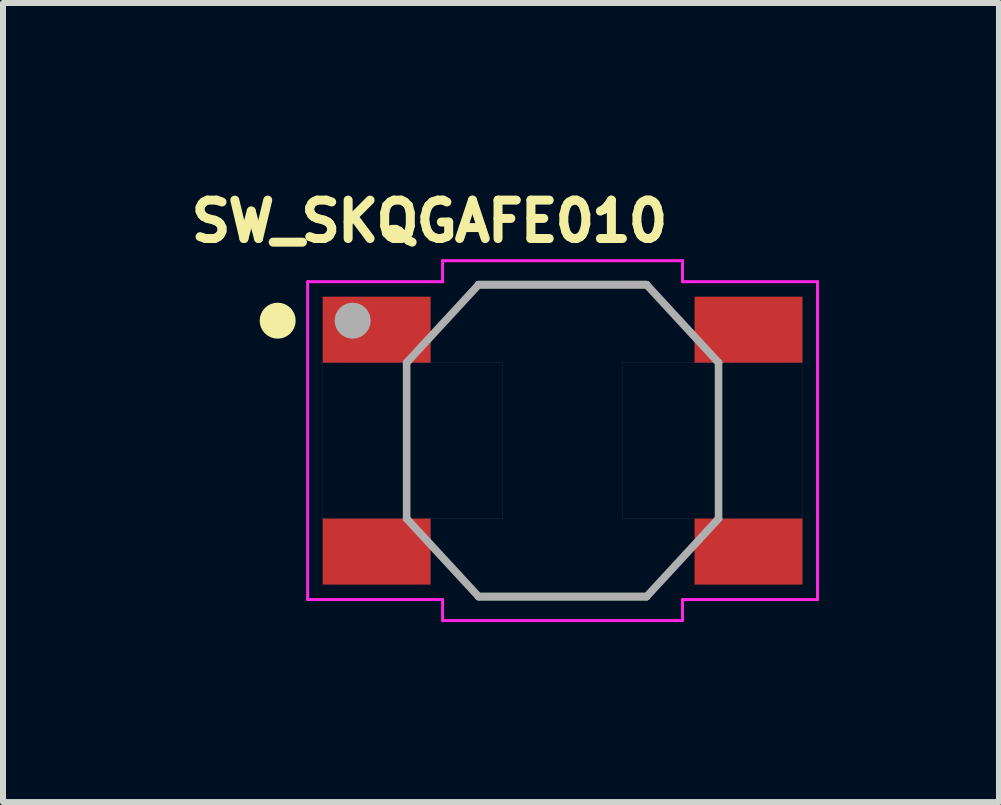
<source format=kicad_pcb>
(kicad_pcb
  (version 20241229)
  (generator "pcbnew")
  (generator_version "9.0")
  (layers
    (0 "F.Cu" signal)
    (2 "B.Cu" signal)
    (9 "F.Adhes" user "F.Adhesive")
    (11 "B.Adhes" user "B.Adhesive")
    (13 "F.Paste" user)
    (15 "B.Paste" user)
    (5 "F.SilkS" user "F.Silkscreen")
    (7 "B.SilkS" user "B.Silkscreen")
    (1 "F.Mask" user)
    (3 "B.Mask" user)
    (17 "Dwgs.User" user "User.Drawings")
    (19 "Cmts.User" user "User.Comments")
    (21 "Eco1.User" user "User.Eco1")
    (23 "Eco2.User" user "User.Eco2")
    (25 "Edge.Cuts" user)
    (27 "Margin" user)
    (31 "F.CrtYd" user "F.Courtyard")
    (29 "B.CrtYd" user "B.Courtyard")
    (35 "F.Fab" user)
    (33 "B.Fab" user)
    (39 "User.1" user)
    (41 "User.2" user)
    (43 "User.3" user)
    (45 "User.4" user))
  (footprint "SW_SKQGAFE010"
    (layer "F.Cu")
    (at 6.329 4.296)
    (property "Reference" "SW_SKQGAFE010" (at -2.219 -3.658 0) (layer "F.SilkS") (effects (font (size 0.64 0.64) (thickness 0.15))))
    (attr smd)
    (fp_line (start -1.4 -2.6) (end 1.4 -2.6) (stroke (width 0.127) (type solid)) (layer "F.SilkS"))
    (fp_line (start -1.4 2.6) (end 1.4 2.6) (stroke (width 0.127) (type solid)) (layer "F.SilkS"))
    (fp_circle (center -4.75 -2) (end -4.6 -2) (stroke (width 0.3) (type solid)) (fill no) (layer "F.SilkS"))
    (fp_poly (pts (xy -4 -1.3) (xy -1 -1.3) (xy -1 1.3) (xy -4 1.3)) (stroke (width 0.001) (type solid)) (fill no) (layer "Dwgs.User"))
    (fp_poly (pts (xy 1 -1.3) (xy 4 -1.3) (xy 4 1.3) (xy 1 1.3)) (stroke (width 0.001) (type solid)) (fill no) (layer "Dwgs.User"))
    (fp_line (start -4.25 -2.65) (end -2 -2.65) (stroke (width 0.05) (type solid)) (layer "F.CrtYd"))
    (fp_line (start -4.25 2.65) (end -4.25 -2.65) (stroke (width 0.05) (type solid)) (layer "F.CrtYd"))
    (fp_line (start -2 -3) (end 2 -3) (stroke (width 0.05) (type solid)) (layer "F.CrtYd"))
    (fp_line (start -2 -2.65) (end -2 -3) (stroke (width 0.05) (type solid)) (layer "F.CrtYd"))
    (fp_line (start -2 2.65) (end -4.25 2.65) (stroke (width 0.05) (type solid)) (layer "F.CrtYd"))
    (fp_line (start -2 3) (end -2 2.65) (stroke (width 0.05) (type solid)) (layer "F.CrtYd"))
    (fp_line (start 2 -3) (end 2 -2.65) (stroke (width 0.05) (type solid)) (layer "F.CrtYd"))
    (fp_line (start 2 -2.65) (end 4.25 -2.65) (stroke (width 0.05) (type solid)) (layer "F.CrtYd"))
    (fp_line (start 2 2.65) (end 2 3) (stroke (width 0.05) (type solid)) (layer "F.CrtYd"))
    (fp_line (start 2 3) (end -2 3) (stroke (width 0.05) (type solid)) (layer "F.CrtYd"))
    (fp_line (start 4.25 -2.65) (end 4.25 2.65) (stroke (width 0.05) (type solid)) (layer "F.CrtYd"))
    (fp_line (start 4.25 2.65) (end 2 2.65) (stroke (width 0.05) (type solid)) (layer "F.CrtYd"))
    (fp_line (start -2.6 -1.3) (end -1.4 -2.6) (stroke (width 0.127) (type solid)) (layer "F.Fab"))
    (fp_line (start -2.6 1.3) (end -2.6 -1.3) (stroke (width 0.127) (type solid)) (layer "F.Fab"))
    (fp_line (start -1.4 -2.6) (end 1.4 -2.6) (stroke (width 0.127) (type solid)) (layer "F.Fab"))
    (fp_line (start -1.4 2.6) (end -2.6 1.3) (stroke (width 0.127) (type solid)) (layer "F.Fab"))
    (fp_line (start 1.4 -2.6) (end 2.6 -1.3) (stroke (width 0.127) (type solid)) (layer "F.Fab"))
    (fp_line (start 1.4 2.6) (end -1.4 2.6) (stroke (width 0.127) (type solid)) (layer "F.Fab"))
    (fp_line (start 2.6 -1.3) (end 2.6 1.3) (stroke (width 0.127) (type solid)) (layer "F.Fab"))
    (fp_line (start 2.6 1.3) (end 1.4 2.6) (stroke (width 0.127) (type solid)) (layer "F.Fab"))
    (fp_circle (center -3.5 -2) (end -3.35 -2) (stroke (width 0.3) (type solid)) (fill no) (layer "F.Fab"))
    (pad "1" smd rect (at -3.1 -1.85) (size 1.8 1.1) (layers "F.Cu" "F.Mask" "F.Paste"))
    (pad "2" smd rect (at 3.1 -1.85) (size 1.8 1.1) (layers "F.Cu" "F.Mask" "F.Paste"))
    (pad "3" smd rect (at -3.1 1.85) (size 1.8 1.1) (layers "F.Cu" "F.Mask" "F.Paste"))
    (pad "4" smd rect (at 3.1 1.85) (size 1.8 1.1) (layers "F.Cu" "F.Mask" "F.Paste")))
  (gr_rect
    (start -3 -3)
    (end 13.604 10.321)
    (stroke (width 0.1) (type default))
    (fill no)
    (layer "Edge.Cuts")))
</source>
